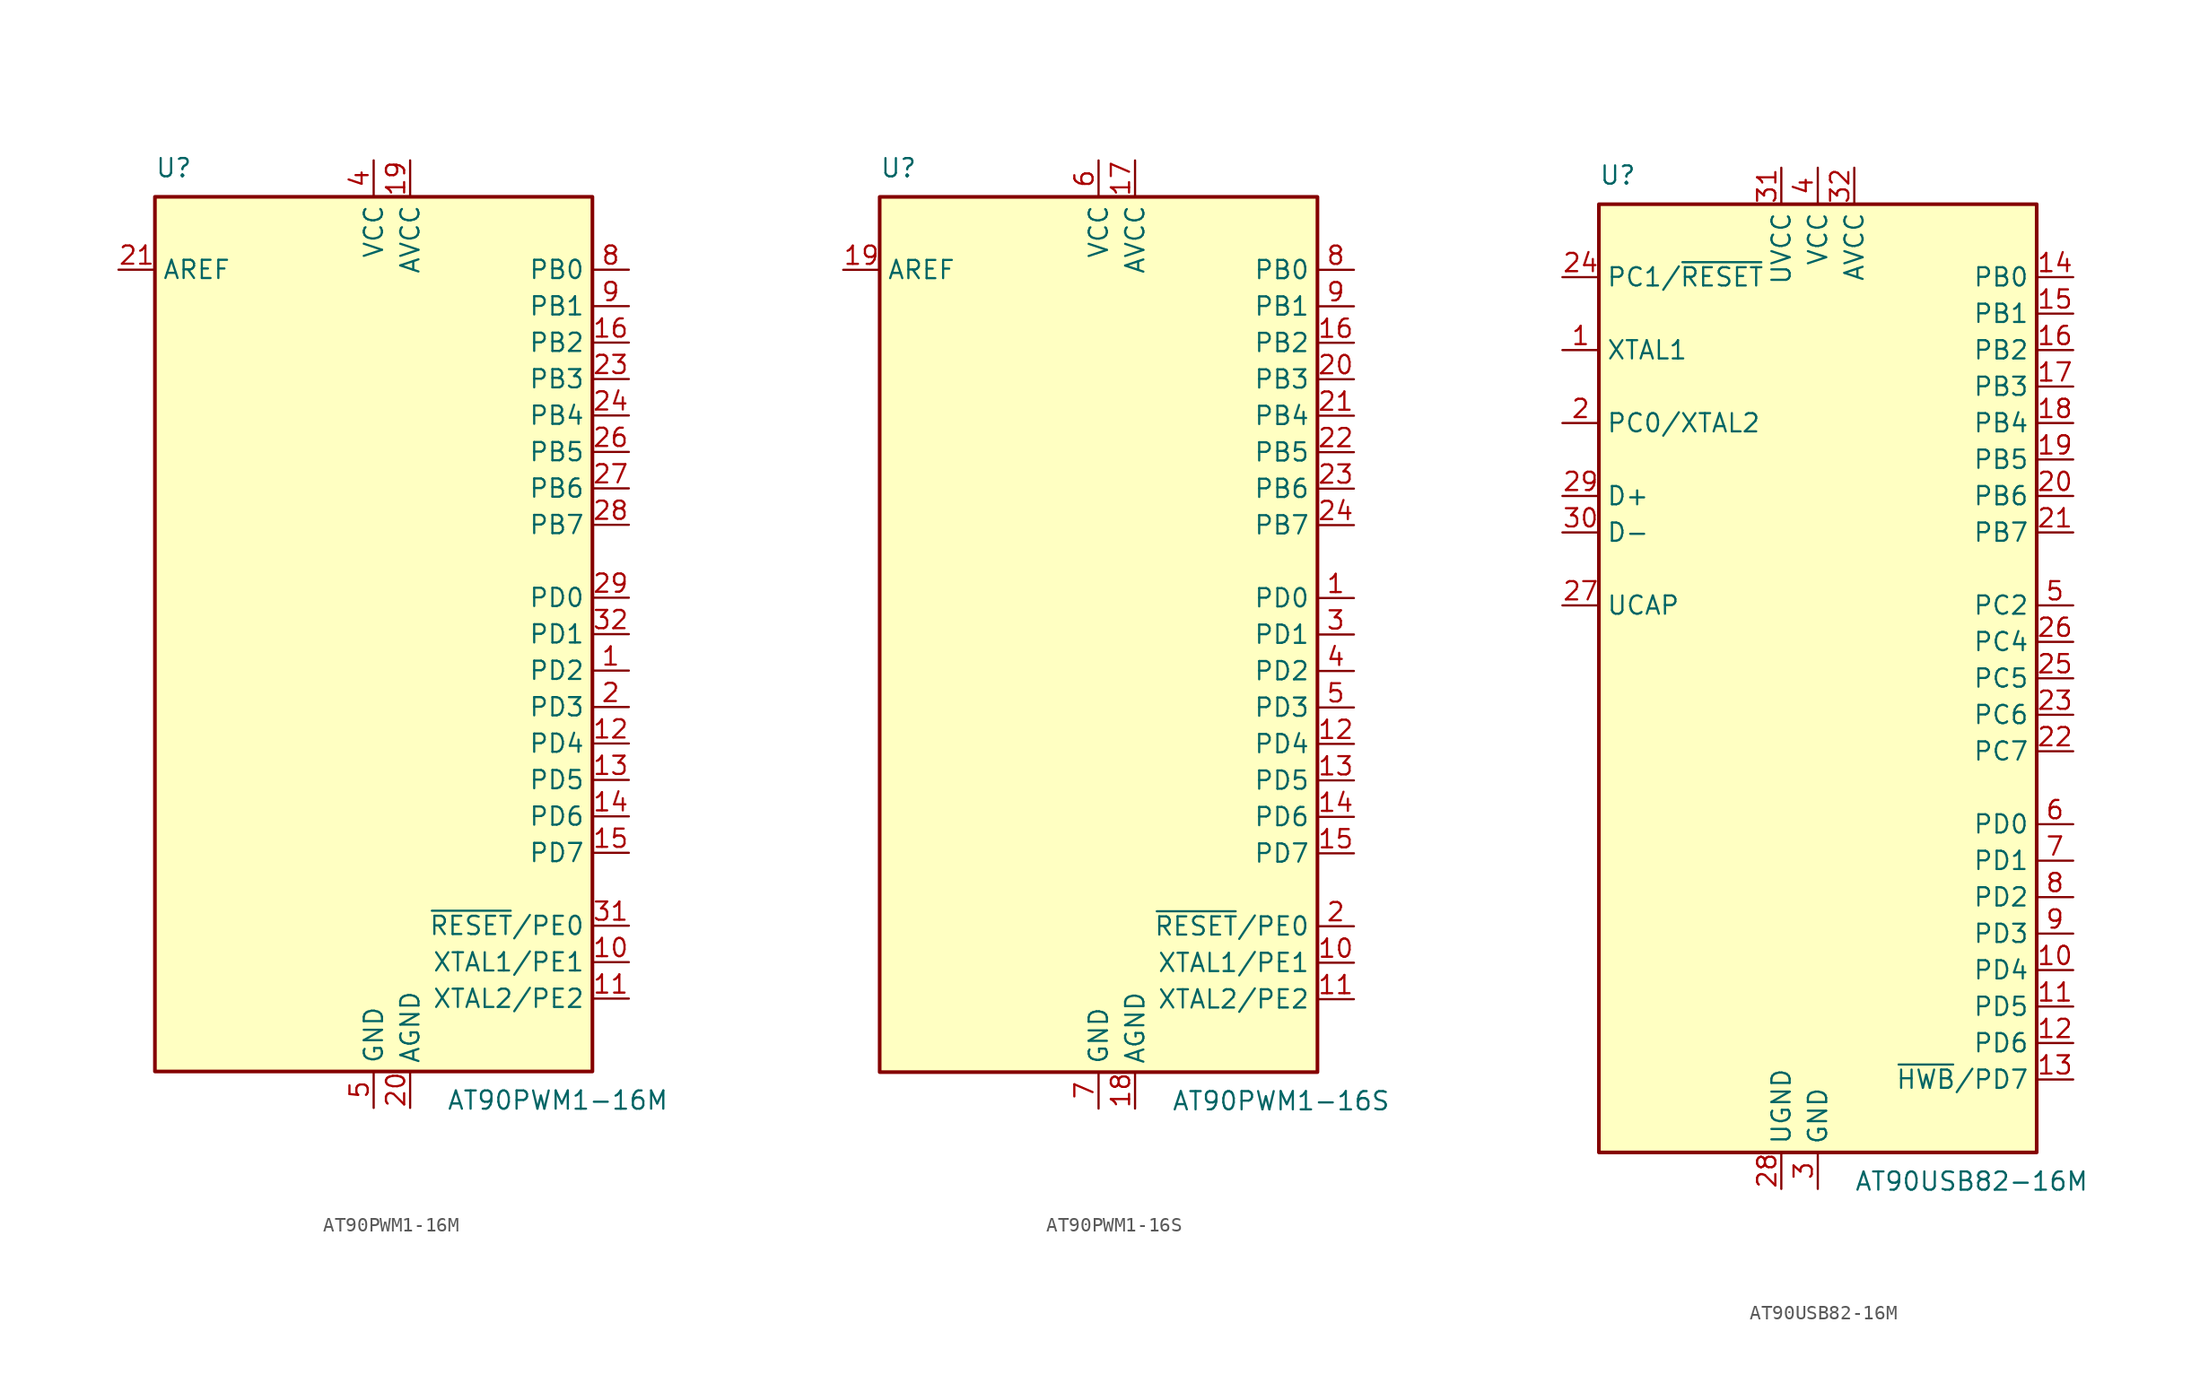
<source format=kicad_sym>
(kicad_symbol_lib
  (version 20201005)
  (generator kicad_symbol_editor)
  (symbol "AT90PWM1-16M"
    (property "Reference" "U"
      (at -15.24 31.75 0)
      (effects (font (size 1.27 1.27)) (justify left bottom)))
    (property "Value" "AT90PWM1-16M"
      (at 5.08 -31.75 0)
      (effects (font (size 1.27 1.27)) (justify left top)))
    (symbol "AT90PWM1-16M_0_1"
      (rectangle (start -15.24 -30.48) (end 15.24 30.48) (stroke (width 0.254)) (fill (type background))))
    (symbol "AT90PWM1-16M_1_1"
      (pin bidirectional line (at 17.78 -2.54 180) (length 2.54) (name "PD2" (effects (font (size 1.27 1.27)))) (number "1" (effects (font (size 1.27 1.27)))))
      (pin bidirectional line (at 17.78 -22.86 180) (length 2.54) (name "XTAL1/PE1" (effects (font (size 1.27 1.27)))) (number "10" (effects (font (size 1.27 1.27)))))
      (pin bidirectional line (at 17.78 -25.4 180) (length 2.54) (name "XTAL2/PE2" (effects (font (size 1.27 1.27)))) (number "11" (effects (font (size 1.27 1.27)))))
      (pin bidirectional line (at 17.78 -7.62 180) (length 2.54) (name "PD4" (effects (font (size 1.27 1.27)))) (number "12" (effects (font (size 1.27 1.27)))))
      (pin bidirectional line (at 17.78 -10.16 180) (length 2.54) (name "PD5" (effects (font (size 1.27 1.27)))) (number "13" (effects (font (size 1.27 1.27)))))
      (pin bidirectional line (at 17.78 -12.7 180) (length 2.54) (name "PD6" (effects (font (size 1.27 1.27)))) (number "14" (effects (font (size 1.27 1.27)))))
      (pin bidirectional line (at 17.78 -15.24 180) (length 2.54) (name "PD7" (effects (font (size 1.27 1.27)))) (number "15" (effects (font (size 1.27 1.27)))))
      (pin bidirectional line (at 17.78 20.32 180) (length 2.54) (name "PB2" (effects (font (size 1.27 1.27)))) (number "16" (effects (font (size 1.27 1.27)))))
      (pin no_connect line (at -15.24 -17.78 0) (length 2.54) hide (name "NC" (effects (font (size 1.27 1.27)))) (number "17" (effects (font (size 1.27 1.27)))))
      (pin no_connect line (at -15.24 -20.32 0) (length 2.54) hide (name "NC" (effects (font (size 1.27 1.27)))) (number "18" (effects (font (size 1.27 1.27)))))
      (pin power_in line (at 2.54 33.02 270) (length 2.54) (name "AVCC" (effects (font (size 1.27 1.27)))) (number "19" (effects (font (size 1.27 1.27)))))
      (pin bidirectional line (at 17.78 -5.08 180) (length 2.54) (name "PD3" (effects (font (size 1.27 1.27)))) (number "2" (effects (font (size 1.27 1.27)))))
      (pin power_in line (at 2.54 -33.02 90) (length 2.54) (name "AGND" (effects (font (size 1.27 1.27)))) (number "20" (effects (font (size 1.27 1.27)))))
      (pin passive line (at -17.78 25.4 0) (length 2.54) (name "AREF" (effects (font (size 1.27 1.27)))) (number "21" (effects (font (size 1.27 1.27)))))
      (pin no_connect line (at -15.24 -22.86 0) (length 2.54) hide (name "NC" (effects (font (size 1.27 1.27)))) (number "22" (effects (font (size 1.27 1.27)))))
      (pin bidirectional line (at 17.78 17.78 180) (length 2.54) (name "PB3" (effects (font (size 1.27 1.27)))) (number "23" (effects (font (size 1.27 1.27)))))
      (pin bidirectional line (at 17.78 15.24 180) (length 2.54) (name "PB4" (effects (font (size 1.27 1.27)))) (number "24" (effects (font (size 1.27 1.27)))))
      (pin no_connect line (at -15.24 -25.4 0) (length 2.54) hide (name "NC" (effects (font (size 1.27 1.27)))) (number "25" (effects (font (size 1.27 1.27)))))
      (pin bidirectional line (at 17.78 12.7 180) (length 2.54) (name "PB5" (effects (font (size 1.27 1.27)))) (number "26" (effects (font (size 1.27 1.27)))))
      (pin bidirectional line (at 17.78 10.16 180) (length 2.54) (name "PB6" (effects (font (size 1.27 1.27)))) (number "27" (effects (font (size 1.27 1.27)))))
      (pin bidirectional line (at 17.78 7.62 180) (length 2.54) (name "PB7" (effects (font (size 1.27 1.27)))) (number "28" (effects (font (size 1.27 1.27)))))
      (pin bidirectional line (at 17.78 2.54 180) (length 2.54) (name "PD0" (effects (font (size 1.27 1.27)))) (number "29" (effects (font (size 1.27 1.27)))))
      (pin no_connect line (at -15.24 -10.16 0) (length 2.54) hide (name "NC" (effects (font (size 1.27 1.27)))) (number "3" (effects (font (size 1.27 1.27)))))
      (pin no_connect line (at -15.24 -27.94 0) (length 2.54) hide (name "NC" (effects (font (size 1.27 1.27)))) (number "30" (effects (font (size 1.27 1.27)))))
      (pin bidirectional line (at 17.78 -20.32 180) (length 2.54) (name "~RESET~/PE0" (effects (font (size 1.27 1.27)))) (number "31" (effects (font (size 1.27 1.27)))))
      (pin bidirectional line (at 17.78 0 180) (length 2.54) (name "PD1" (effects (font (size 1.27 1.27)))) (number "32" (effects (font (size 1.27 1.27)))))
      (pin passive line (at 0 -33.02 90) (length 2.54) hide (name "GND" (effects (font (size 1.27 1.27)))) (number "33" (effects (font (size 1.27 1.27)))))
      (pin power_in line (at 0 33.02 270) (length 2.54) (name "VCC" (effects (font (size 1.27 1.27)))) (number "4" (effects (font (size 1.27 1.27)))))
      (pin power_in line (at 0 -33.02 90) (length 2.54) (name "GND" (effects (font (size 1.27 1.27)))) (number "5" (effects (font (size 1.27 1.27)))))
      (pin no_connect line (at -15.24 -12.7 0) (length 2.54) hide (name "NC" (effects (font (size 1.27 1.27)))) (number "6" (effects (font (size 1.27 1.27)))))
      (pin no_connect line (at -15.24 -15.24 0) (length 2.54) hide (name "NC" (effects (font (size 1.27 1.27)))) (number "7" (effects (font (size 1.27 1.27)))))
      (pin bidirectional line (at 17.78 25.4 180) (length 2.54) (name "PB0" (effects (font (size 1.27 1.27)))) (number "8" (effects (font (size 1.27 1.27)))))
      (pin bidirectional line (at 17.78 22.86 180) (length 2.54) (name "PB1" (effects (font (size 1.27 1.27)))) (number "9" (effects (font (size 1.27 1.27)))))))
  (symbol "AT90PWM1-16S"
    (property "Reference" "U"
      (at -15.24 31.75 0)
      (effects (font (size 1.27 1.27)) (justify left bottom)))
    (property "Value" "AT90PWM1-16S"
      (at 5.08 -31.75 0)
      (effects (font (size 1.27 1.27)) (justify left top)))
    (symbol "AT90PWM1-16S_0_1"
      (rectangle (start -15.24 -30.48) (end 15.24 30.48) (stroke (width 0.254)) (fill (type background))))
    (symbol "AT90PWM1-16S_1_1"
      (pin bidirectional line (at 17.78 2.54 180) (length 2.54) (name "PD0" (effects (font (size 1.27 1.27)))) (number "1" (effects (font (size 1.27 1.27)))))
      (pin bidirectional line (at 17.78 -22.86 180) (length 2.54) (name "XTAL1/PE1" (effects (font (size 1.27 1.27)))) (number "10" (effects (font (size 1.27 1.27)))))
      (pin bidirectional line (at 17.78 -25.4 180) (length 2.54) (name "XTAL2/PE2" (effects (font (size 1.27 1.27)))) (number "11" (effects (font (size 1.27 1.27)))))
      (pin bidirectional line (at 17.78 -7.62 180) (length 2.54) (name "PD4" (effects (font (size 1.27 1.27)))) (number "12" (effects (font (size 1.27 1.27)))))
      (pin bidirectional line (at 17.78 -10.16 180) (length 2.54) (name "PD5" (effects (font (size 1.27 1.27)))) (number "13" (effects (font (size 1.27 1.27)))))
      (pin bidirectional line (at 17.78 -12.7 180) (length 2.54) (name "PD6" (effects (font (size 1.27 1.27)))) (number "14" (effects (font (size 1.27 1.27)))))
      (pin bidirectional line (at 17.78 -15.24 180) (length 2.54) (name "PD7" (effects (font (size 1.27 1.27)))) (number "15" (effects (font (size 1.27 1.27)))))
      (pin bidirectional line (at 17.78 20.32 180) (length 2.54) (name "PB2" (effects (font (size 1.27 1.27)))) (number "16" (effects (font (size 1.27 1.27)))))
      (pin power_in line (at 2.54 33.02 270) (length 2.54) (name "AVCC" (effects (font (size 1.27 1.27)))) (number "17" (effects (font (size 1.27 1.27)))))
      (pin power_in line (at 2.54 -33.02 90) (length 2.54) (name "AGND" (effects (font (size 1.27 1.27)))) (number "18" (effects (font (size 1.27 1.27)))))
      (pin passive line (at -17.78 25.4 0) (length 2.54) (name "AREF" (effects (font (size 1.27 1.27)))) (number "19" (effects (font (size 1.27 1.27)))))
      (pin bidirectional line (at 17.78 -20.32 180) (length 2.54) (name "~RESET~/PE0" (effects (font (size 1.27 1.27)))) (number "2" (effects (font (size 1.27 1.27)))))
      (pin bidirectional line (at 17.78 17.78 180) (length 2.54) (name "PB3" (effects (font (size 1.27 1.27)))) (number "20" (effects (font (size 1.27 1.27)))))
      (pin bidirectional line (at 17.78 15.24 180) (length 2.54) (name "PB4" (effects (font (size 1.27 1.27)))) (number "21" (effects (font (size 1.27 1.27)))))
      (pin bidirectional line (at 17.78 12.7 180) (length 2.54) (name "PB5" (effects (font (size 1.27 1.27)))) (number "22" (effects (font (size 1.27 1.27)))))
      (pin bidirectional line (at 17.78 10.16 180) (length 2.54) (name "PB6" (effects (font (size 1.27 1.27)))) (number "23" (effects (font (size 1.27 1.27)))))
      (pin bidirectional line (at 17.78 7.62 180) (length 2.54) (name "PB7" (effects (font (size 1.27 1.27)))) (number "24" (effects (font (size 1.27 1.27)))))
      (pin bidirectional line (at 17.78 0 180) (length 2.54) (name "PD1" (effects (font (size 1.27 1.27)))) (number "3" (effects (font (size 1.27 1.27)))))
      (pin bidirectional line (at 17.78 -2.54 180) (length 2.54) (name "PD2" (effects (font (size 1.27 1.27)))) (number "4" (effects (font (size 1.27 1.27)))))
      (pin bidirectional line (at 17.78 -5.08 180) (length 2.54) (name "PD3" (effects (font (size 1.27 1.27)))) (number "5" (effects (font (size 1.27 1.27)))))
      (pin power_in line (at 0 33.02 270) (length 2.54) (name "VCC" (effects (font (size 1.27 1.27)))) (number "6" (effects (font (size 1.27 1.27)))))
      (pin power_in line (at 0 -33.02 90) (length 2.54) (name "GND" (effects (font (size 1.27 1.27)))) (number "7" (effects (font (size 1.27 1.27)))))
      (pin bidirectional line (at 17.78 25.4 180) (length 2.54) (name "PB0" (effects (font (size 1.27 1.27)))) (number "8" (effects (font (size 1.27 1.27)))))
      (pin bidirectional line (at 17.78 22.86 180) (length 2.54) (name "PB1" (effects (font (size 1.27 1.27)))) (number "9" (effects (font (size 1.27 1.27)))))))
  (symbol "AT90USB82-16M"
    (property "Reference" "U"
      (at -15.24 34.29 0)
      (effects (font (size 1.27 1.27)) (justify left bottom)))
    (property "Value" "AT90USB82-16M"
      (at 2.54 -34.29 0)
      (effects (font (size 1.27 1.27)) (justify left top)))
    (symbol "AT90USB82-16M_0_1"
      (rectangle (start -15.24 -33.02) (end 15.24 33.02) (stroke (width 0.254)) (fill (type background))))
    (symbol "AT90USB82-16M_1_1"
      (pin input line (at -17.78 22.86 0) (length 2.54) (name "XTAL1" (effects (font (size 1.27 1.27)))) (number "1" (effects (font (size 1.27 1.27)))))
      (pin bidirectional line (at 17.78 -20.32 180) (length 2.54) (name "PD4" (effects (font (size 1.27 1.27)))) (number "10" (effects (font (size 1.27 1.27)))))
      (pin bidirectional line (at 17.78 -22.86 180) (length 2.54) (name "PD5" (effects (font (size 1.27 1.27)))) (number "11" (effects (font (size 1.27 1.27)))))
      (pin bidirectional line (at 17.78 -25.4 180) (length 2.54) (name "PD6" (effects (font (size 1.27 1.27)))) (number "12" (effects (font (size 1.27 1.27)))))
      (pin bidirectional line (at 17.78 -27.94 180) (length 2.54) (name "~HWB~/PD7" (effects (font (size 1.27 1.27)))) (number "13" (effects (font (size 1.27 1.27)))))
      (pin bidirectional line (at 17.78 27.94 180) (length 2.54) (name "PB0" (effects (font (size 1.27 1.27)))) (number "14" (effects (font (size 1.27 1.27)))))
      (pin bidirectional line (at 17.78 25.4 180) (length 2.54) (name "PB1" (effects (font (size 1.27 1.27)))) (number "15" (effects (font (size 1.27 1.27)))))
      (pin bidirectional line (at 17.78 22.86 180) (length 2.54) (name "PB2" (effects (font (size 1.27 1.27)))) (number "16" (effects (font (size 1.27 1.27)))))
      (pin bidirectional line (at 17.78 20.32 180) (length 2.54) (name "PB3" (effects (font (size 1.27 1.27)))) (number "17" (effects (font (size 1.27 1.27)))))
      (pin bidirectional line (at 17.78 17.78 180) (length 2.54) (name "PB4" (effects (font (size 1.27 1.27)))) (number "18" (effects (font (size 1.27 1.27)))))
      (pin bidirectional line (at 17.78 15.24 180) (length 2.54) (name "PB5" (effects (font (size 1.27 1.27)))) (number "19" (effects (font (size 1.27 1.27)))))
      (pin bidirectional line (at -17.78 17.78 0) (length 2.54) (name "PC0/XTAL2" (effects (font (size 1.27 1.27)))) (number "2" (effects (font (size 1.27 1.27)))))
      (pin bidirectional line (at 17.78 12.7 180) (length 2.54) (name "PB6" (effects (font (size 1.27 1.27)))) (number "20" (effects (font (size 1.27 1.27)))))
      (pin bidirectional line (at 17.78 10.16 180) (length 2.54) (name "PB7" (effects (font (size 1.27 1.27)))) (number "21" (effects (font (size 1.27 1.27)))))
      (pin bidirectional line (at 17.78 -5.08 180) (length 2.54) (name "PC7" (effects (font (size 1.27 1.27)))) (number "22" (effects (font (size 1.27 1.27)))))
      (pin bidirectional line (at 17.78 -2.54 180) (length 2.54) (name "PC6" (effects (font (size 1.27 1.27)))) (number "23" (effects (font (size 1.27 1.27)))))
      (pin bidirectional line (at -17.78 27.94 0) (length 2.54) (name "PC1/~RESET" (effects (font (size 1.27 1.27)))) (number "24" (effects (font (size 1.27 1.27)))))
      (pin bidirectional line (at 17.78 0 180) (length 2.54) (name "PC5" (effects (font (size 1.27 1.27)))) (number "25" (effects (font (size 1.27 1.27)))))
      (pin bidirectional line (at 17.78 2.54 180) (length 2.54) (name "PC4" (effects (font (size 1.27 1.27)))) (number "26" (effects (font (size 1.27 1.27)))))
      (pin passive line (at -17.78 5.08 0) (length 2.54) (name "UCAP" (effects (font (size 1.27 1.27)))) (number "27" (effects (font (size 1.27 1.27)))))
      (pin power_in line (at -2.54 -35.56 90) (length 2.54) (name "UGND" (effects (font (size 1.27 1.27)))) (number "28" (effects (font (size 1.27 1.27)))))
      (pin bidirectional line (at -17.78 12.7 0) (length 2.54) (name "D+" (effects (font (size 1.27 1.27)))) (number "29" (effects (font (size 1.27 1.27)))))
      (pin power_in line (at 0 -35.56 90) (length 2.54) (name "GND" (effects (font (size 1.27 1.27)))) (number "3" (effects (font (size 1.27 1.27)))))
      (pin bidirectional line (at -17.78 10.16 0) (length 2.54) (name "D-" (effects (font (size 1.27 1.27)))) (number "30" (effects (font (size 1.27 1.27)))))
      (pin power_in line (at -2.54 35.56 270) (length 2.54) (name "UVCC" (effects (font (size 1.27 1.27)))) (number "31" (effects (font (size 1.27 1.27)))))
      (pin power_in line (at 2.54 35.56 270) (length 2.54) (name "AVCC" (effects (font (size 1.27 1.27)))) (number "32" (effects (font (size 1.27 1.27)))))
      (pin passive line (at 0 -35.56 90) (length 2.54) hide (name "GND" (effects (font (size 1.27 1.27)))) (number "33" (effects (font (size 1.27 1.27)))))
      (pin power_in line (at 0 35.56 270) (length 2.54) (name "VCC" (effects (font (size 1.27 1.27)))) (number "4" (effects (font (size 1.27 1.27)))))
      (pin bidirectional line (at 17.78 5.08 180) (length 2.54) (name "PC2" (effects (font (size 1.27 1.27)))) (number "5" (effects (font (size 1.27 1.27)))))
      (pin bidirectional line (at 17.78 -10.16 180) (length 2.54) (name "PD0" (effects (font (size 1.27 1.27)))) (number "6" (effects (font (size 1.27 1.27)))))
      (pin bidirectional line (at 17.78 -12.7 180) (length 2.54) (name "PD1" (effects (font (size 1.27 1.27)))) (number "7" (effects (font (size 1.27 1.27)))))
      (pin bidirectional line (at 17.78 -15.24 180) (length 2.54) (name "PD2" (effects (font (size 1.27 1.27)))) (number "8" (effects (font (size 1.27 1.27)))))
      (pin bidirectional line (at 17.78 -17.78 180) (length 2.54) (name "PD3" (effects (font (size 1.27 1.27)))) (number "9" (effects (font (size 1.27 1.27))))))))
</source>
